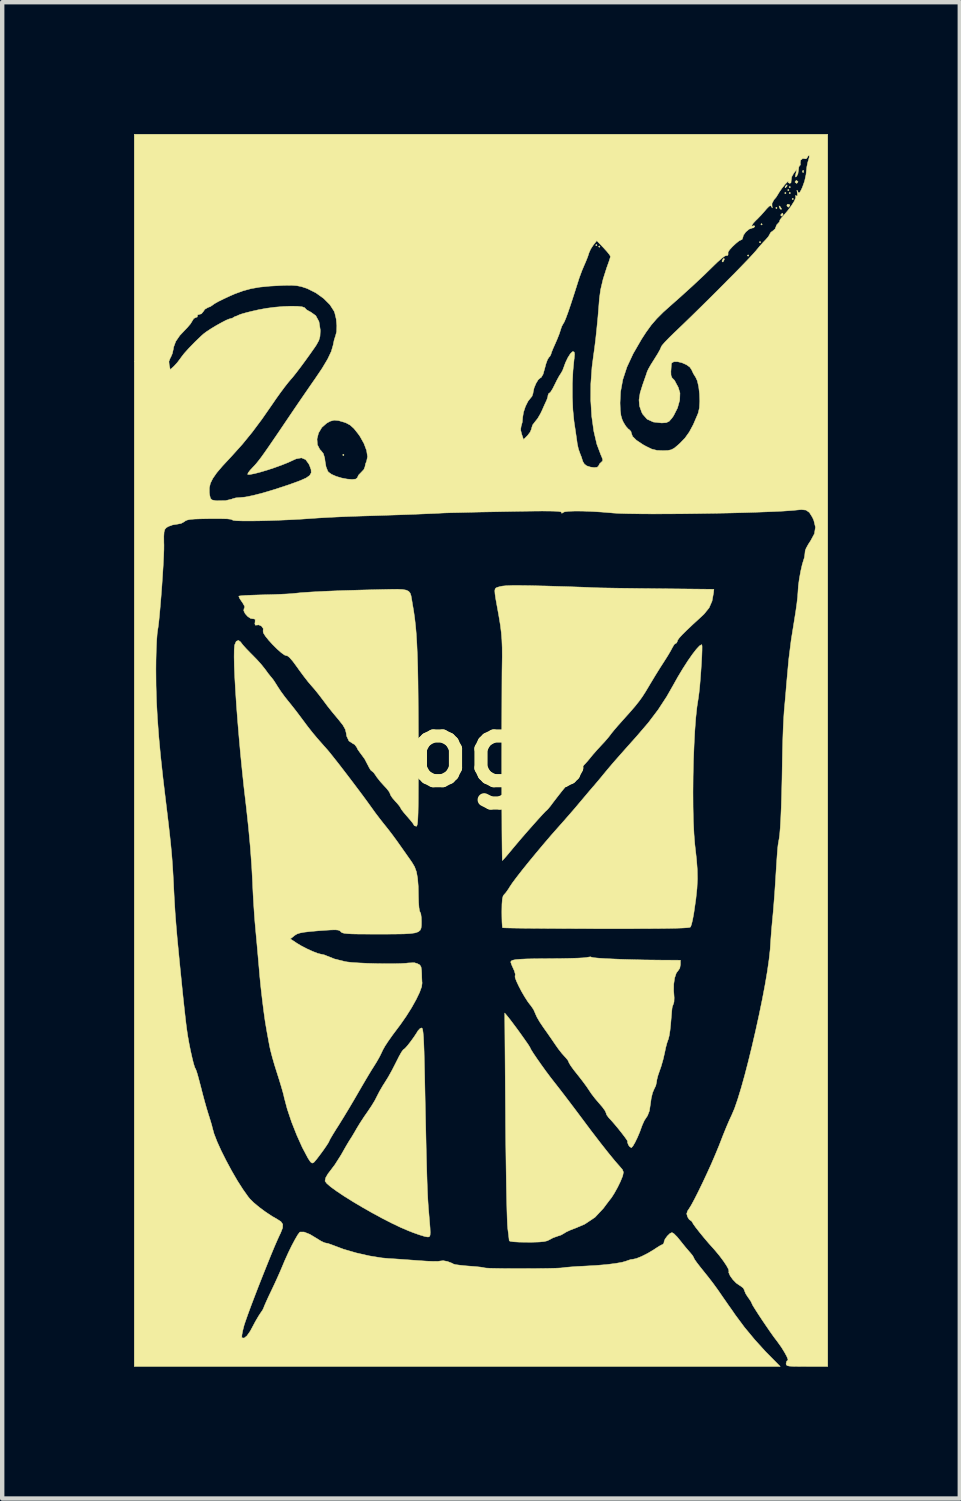
<source format=kicad_pcb>
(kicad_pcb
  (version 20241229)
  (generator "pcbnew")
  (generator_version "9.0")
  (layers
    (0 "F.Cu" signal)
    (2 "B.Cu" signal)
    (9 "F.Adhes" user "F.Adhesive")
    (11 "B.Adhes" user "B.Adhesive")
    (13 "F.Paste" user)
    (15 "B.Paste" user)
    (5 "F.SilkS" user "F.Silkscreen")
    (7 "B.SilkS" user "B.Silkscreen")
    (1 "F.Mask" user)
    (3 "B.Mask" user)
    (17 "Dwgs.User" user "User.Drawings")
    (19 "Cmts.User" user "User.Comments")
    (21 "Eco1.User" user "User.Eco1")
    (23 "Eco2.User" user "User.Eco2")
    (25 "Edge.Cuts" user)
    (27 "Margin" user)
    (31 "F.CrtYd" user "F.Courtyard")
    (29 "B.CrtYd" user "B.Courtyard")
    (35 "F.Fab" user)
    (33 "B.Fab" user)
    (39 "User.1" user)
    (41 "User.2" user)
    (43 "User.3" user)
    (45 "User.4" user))
  (footprint "logo"
    (layer "F.Cu")
    (at 7.896 14.026)
    (property "Reference" "logo" (at 0 0 0) (layer "F.SilkS") (effects (font (size 1.524 1.524) (thickness 0.3))))
    (attr through_hole)
    (fp_poly (pts (xy -3.116 -6.723) (xy -3.133 -6.706) (xy -3.15 -6.723) (xy -3.133 -6.739) (xy -3.116 -6.723)) (stroke (width 0.01) (type solid)) (fill yes) (layer "F.SilkS"))
    (fp_poly (pts (xy 2.642 -11.498) (xy 2.625 -11.481) (xy 2.608 -11.498) (xy 2.625 -11.515) (xy 2.642 -11.498)) (stroke (width 0.01) (type solid)) (fill yes) (layer "F.SilkS"))
    (fp_poly (pts (xy 2.709 -11.464) (xy 2.692 -11.447) (xy 2.675 -11.464) (xy 2.692 -11.481) (xy 2.709 -11.464)) (stroke (width 0.01) (type solid)) (fill yes) (layer "F.SilkS"))
    (fp_poly (pts (xy 6.096 -11.261) (xy 6.079 -11.244) (xy 6.062 -11.261) (xy 6.079 -11.278) (xy 6.096 -11.261)) (stroke (width 0.01) (type solid)) (fill yes) (layer "F.SilkS"))
    (fp_poly (pts (xy 6.367 -11.565) (xy 6.35 -11.549) (xy 6.333 -11.565) (xy 6.35 -11.582) (xy 6.367 -11.565)) (stroke (width 0.01) (type solid)) (fill yes) (layer "F.SilkS"))
    (fp_poly (pts (xy 6.401 -11.972) (xy 6.384 -11.955) (xy 6.367 -11.972) (xy 6.384 -11.989) (xy 6.401 -11.972)) (stroke (width 0.01) (type solid)) (fill yes) (layer "F.SilkS"))
    (fp_poly (pts (xy 6.739 -12.344) (xy 6.723 -12.327) (xy 6.706 -12.344) (xy 6.723 -12.361) (xy 6.739 -12.344)) (stroke (width 0.01) (type solid)) (fill yes) (layer "F.SilkS"))
    (fp_poly (pts (xy 6.943 -12.683) (xy 6.926 -12.666) (xy 6.909 -12.683) (xy 6.926 -12.7) (xy 6.943 -12.683)) (stroke (width 0.01) (type solid)) (fill yes) (layer "F.SilkS"))
    (fp_poly (pts (xy 7.01 -12.751) (xy 6.993 -12.734) (xy 6.977 -12.751) (xy 6.993 -12.768) (xy 7.01 -12.751)) (stroke (width 0.01) (type solid)) (fill yes) (layer "F.SilkS"))
    (fp_poly (pts (xy 7.044 -12.819) (xy 7.027 -12.802) (xy 7.01 -12.819) (xy 7.027 -12.835) (xy 7.044 -12.819)) (stroke (width 0.01) (type solid)) (fill yes) (layer "F.SilkS"))
    (fp_poly (pts (xy 7.044 -12.683) (xy 7.027 -12.666) (xy 7.01 -12.683) (xy 7.027 -12.7) (xy 7.044 -12.683)) (stroke (width 0.01) (type solid)) (fill yes) (layer "F.SilkS"))
    (fp_poly (pts (xy 7.112 -12.548) (xy 7.095 -12.531) (xy 7.078 -12.548) (xy 7.095 -12.565) (xy 7.112 -12.548)) (stroke (width 0.01) (type solid)) (fill yes) (layer "F.SilkS"))
    (fp_poly (pts (xy 7.338 -13.197) (xy 7.342 -13.157) (xy 7.338 -13.152) (xy 7.318 -13.156) (xy 7.315 -13.174) (xy 7.328 -13.202) (xy 7.338 -13.197)) (stroke (width 0.01) (type solid)) (fill yes) (layer "F.SilkS"))
    (fp_poly (pts (xy 5.539 -11.187) (xy 5.533 -11.161) (xy 5.506 -11.113) (xy 5.488 -11.121) (xy 5.486 -11.14) (xy 5.511 -11.186) (xy 5.52 -11.193) (xy 5.539 -11.187)) (stroke (width 0.01) (type solid)) (fill yes) (layer "F.SilkS"))
    (fp_poly (pts (xy 6.807 -12.375) (xy 6.811 -12.37) (xy 6.838 -12.326) (xy 6.835 -12.31) (xy 6.809 -12.32) (xy 6.792 -12.351) (xy 6.782 -12.391) (xy 6.807 -12.375)) (stroke (width 0.01) (type solid)) (fill yes) (layer "F.SilkS"))
    (fp_poly (pts (xy 6.875 -12.2) (xy 6.875 -12.192) (xy 6.849 -12.159) (xy 6.839 -12.158) (xy 6.819 -12.179) (xy 6.824 -12.192) (xy 6.855 -12.224) (xy 6.86 -12.226) (xy 6.875 -12.2)) (stroke (width 0.01) (type solid)) (fill yes) (layer "F.SilkS"))
    (fp_poly (pts (xy 6.966 -12.847) (xy 6.96 -12.835) (xy 6.928 -12.803) (xy 6.922 -12.802) (xy 6.919 -12.823) (xy 6.926 -12.835) (xy 6.958 -12.868) (xy 6.964 -12.869) (xy 6.966 -12.847)) (stroke (width 0.01) (type solid)) (fill yes) (layer "F.SilkS"))
    (fp_poly (pts (xy 7.03 -12.413) (xy 7.027 -12.395) (xy 6.998 -12.363) (xy 6.993 -12.361) (xy 6.967 -12.385) (xy 6.96 -12.395) (xy 6.968 -12.424) (xy 6.993 -12.429) (xy 7.03 -12.413)) (stroke (width 0.01) (type solid)) (fill yes) (layer "F.SilkS"))
    (fp_poly (pts (xy 7.213 -12.945) (xy 7.214 -12.937) (xy 7.188 -12.904) (xy 7.18 -12.903) (xy 7.147 -12.929) (xy 7.146 -12.937) (xy 7.172 -12.97) (xy 7.18 -12.971) (xy 7.213 -12.945)) (stroke (width 0.01) (type solid)) (fill yes) (layer "F.SilkS"))
    (fp_poly (pts (xy 0.611 6.062) (xy 0.671 6.138) (xy 0.75 6.243) (xy 0.839 6.363) (xy 0.929 6.488) (xy 1.01 6.603) (xy 1.075 6.696) (xy 1.112 6.755) (xy 1.118 6.768) (xy 1.138 6.809) (xy 1.191 6.894) (xy 1.269 7.009) (xy 1.365 7.146) (xy 1.469 7.291) (xy 1.576 7.434) (xy 1.676 7.563) (xy 1.685 7.574) (xy 1.777 7.692) (xy 1.898 7.849) (xy 2.035 8.029) (xy 2.177 8.217) (xy 2.275 8.348) (xy 2.509 8.661) (xy 2.718 8.933) (xy 2.898 9.161) (xy 3.045 9.341) (xy 3.157 9.469) (xy 3.159 9.471) (xy 3.22 9.543) (xy 3.241 9.599) (xy 3.228 9.67) (xy 3.218 9.701) (xy 3.173 9.811) (xy 3.108 9.945) (xy 3.035 10.076) (xy 2.971 10.177) (xy 2.958 10.194) (xy 2.916 10.247) (xy 2.85 10.334) (xy 2.784 10.423) (xy 2.594 10.626) (xy 2.357 10.784) (xy 2.149 10.872) (xy 2.034 10.916) (xy 1.941 10.959) (xy 1.899 10.985) (xy 1.827 11.027) (xy 1.744 11.055) (xy 1.638 11.093) (xy 1.558 11.136) (xy 1.506 11.161) (xy 1.433 11.178) (xy 1.324 11.188) (xy 1.167 11.193) (xy 1.058 11.193) (xy 0.875 11.191) (xy 0.74 11.183) (xy 0.661 11.171) (xy 0.642 11.159) (xy 0.637 11.111) (xy 0.626 11.015) (xy 0.61 10.891) (xy 0.608 10.871) (xy 0.602 10.794) (xy 0.596 10.656) (xy 0.59 10.462) (xy 0.584 10.22) (xy 0.578 9.935) (xy 0.573 9.614) (xy 0.568 9.263) (xy 0.563 8.889) (xy 0.559 8.497) (xy 0.558 8.297) (xy 0.54 5.977) (xy 0.611 6.062)) (stroke (width 0.01) (type solid)) (fill yes) (layer "F.SilkS"))
    (fp_poly (pts (xy -1.338 6.326) (xy -1.327 6.36) (xy -1.318 6.425) (xy -1.309 6.525) (xy -1.302 6.667) (xy -1.295 6.857) (xy -1.289 7.101) (xy -1.282 7.405) (xy -1.28 7.518) (xy -1.27 8.005) (xy -1.261 8.43) (xy -1.253 8.798) (xy -1.246 9.114) (xy -1.239 9.384) (xy -1.233 9.614) (xy -1.227 9.808) (xy -1.221 9.972) (xy -1.215 10.111) (xy -1.209 10.232) (xy -1.202 10.339) (xy -1.195 10.437) (xy -1.188 10.516) (xy -1.171 10.721) (xy -1.159 10.869) (xy -1.155 10.969) (xy -1.158 11.029) (xy -1.17 11.06) (xy -1.191 11.072) (xy -1.221 11.073) (xy -1.228 11.072) (xy -1.29 11.059) (xy -1.398 11.026) (xy -1.535 10.978) (xy -1.64 10.937) (xy -1.823 10.859) (xy -2.028 10.761) (xy -2.249 10.648) (xy -2.476 10.525) (xy -2.701 10.397) (xy -2.916 10.269) (xy -3.113 10.146) (xy -3.282 10.033) (xy -3.417 9.935) (xy -3.509 9.856) (xy -3.549 9.802) (xy -3.549 9.798) (xy -3.534 9.725) (xy -3.481 9.634) (xy -3.464 9.613) (xy -3.325 9.429) (xy -3.181 9.202) (xy -3.119 9.092) (xy -3.059 8.987) (xy -3.001 8.89) (xy -2.988 8.87) (xy -2.938 8.792) (xy -2.873 8.683) (xy -2.828 8.604) (xy -2.753 8.481) (xy -2.659 8.337) (xy -2.577 8.219) (xy -2.493 8.094) (xy -2.416 7.968) (xy -2.366 7.87) (xy -2.31 7.761) (xy -2.235 7.632) (xy -2.182 7.549) (xy -2.109 7.431) (xy -2.025 7.28) (xy -1.945 7.124) (xy -1.927 7.088) (xy -1.865 6.965) (xy -1.811 6.869) (xy -1.772 6.815) (xy -1.761 6.807) (xy -1.728 6.781) (xy -1.669 6.715) (xy -1.597 6.622) (xy -1.522 6.518) (xy -1.457 6.419) (xy -1.436 6.383) (xy -1.387 6.33) (xy -1.351 6.316) (xy -1.338 6.326)) (stroke (width 0.01) (type solid)) (fill yes) (layer "F.SilkS"))
    (fp_poly (pts (xy 5.026 -2.402) (xy 5.031 -2.362) (xy 5.03 -2.269) (xy 5.025 -2.134) (xy 5.016 -1.972) (xy 5.004 -1.795) (xy 4.991 -1.617) (xy 4.977 -1.451) (xy 4.962 -1.31) (xy 4.948 -1.207) (xy 4.945 -1.185) (xy 4.915 -0.992) (xy 4.888 -0.742) (xy 4.866 -0.448) (xy 4.849 -0.12) (xy 4.835 0.229) (xy 4.827 0.589) (xy 4.824 0.947) (xy 4.826 1.293) (xy 4.833 1.615) (xy 4.847 1.901) (xy 4.866 2.14) (xy 4.873 2.201) (xy 4.904 2.475) (xy 4.922 2.71) (xy 4.926 2.926) (xy 4.915 3.142) (xy 4.89 3.38) (xy 4.85 3.659) (xy 4.84 3.725) (xy 4.816 3.853) (xy 4.791 3.957) (xy 4.77 4.016) (xy 4.767 4.02) (xy 4.744 4.029) (xy 4.687 4.036) (xy 4.593 4.042) (xy 4.457 4.047) (xy 4.275 4.051) (xy 4.044 4.054) (xy 3.761 4.056) (xy 3.42 4.057) (xy 3.019 4.057) (xy 2.622 4.057) (xy 2.25 4.056) (xy 1.898 4.054) (xy 1.573 4.053) (xy 1.279 4.05) (xy 1.023 4.048) (xy 0.811 4.045) (xy 0.648 4.042) (xy 0.54 4.039) (xy 0.493 4.036) (xy 0.491 4.036) (xy 0.484 3.997) (xy 0.478 3.905) (xy 0.475 3.776) (xy 0.474 3.673) (xy 0.477 3.501) (xy 0.486 3.386) (xy 0.502 3.317) (xy 0.523 3.286) (xy 0.57 3.233) (xy 0.63 3.147) (xy 0.656 3.104) (xy 0.715 3.016) (xy 0.812 2.886) (xy 0.939 2.723) (xy 1.088 2.538) (xy 1.252 2.339) (xy 1.423 2.135) (xy 1.593 1.936) (xy 1.744 1.765) (xy 1.879 1.613) (xy 2.017 1.455) (xy 2.143 1.31) (xy 2.235 1.2) (xy 2.343 1.072) (xy 2.455 0.939) (xy 2.549 0.829) (xy 2.559 0.819) (xy 2.652 0.709) (xy 2.744 0.599) (xy 2.79 0.542) (xy 2.882 0.431) (xy 3 0.292) (xy 3.151 0.12) (xy 3.338 -0.091) (xy 3.54 -0.317) (xy 3.807 -0.628) (xy 4.031 -0.924) (xy 4.227 -1.224) (xy 4.369 -1.473) (xy 4.481 -1.673) (xy 4.596 -1.864) (xy 4.708 -2.038) (xy 4.812 -2.187) (xy 4.902 -2.303) (xy 4.972 -2.378) (xy 5.017 -2.405) (xy 5.026 -2.402)) (stroke (width 0.01) (type solid)) (fill yes) (layer "F.SilkS"))
    (fp_poly (pts (xy 1.115 -3.749) (xy 1.406 -3.742) (xy 1.468 -3.741) (xy 1.718 -3.733) (xy 1.953 -3.726) (xy 2.161 -3.719) (xy 2.333 -3.713) (xy 2.458 -3.708) (xy 2.523 -3.704) (xy 2.587 -3.702) (xy 2.71 -3.698) (xy 2.884 -3.695) (xy 3.101 -3.691) (xy 3.353 -3.688) (xy 3.631 -3.684) (xy 3.927 -3.681) (xy 3.979 -3.68) (xy 5.3 -3.666) (xy 5.292 -3.586) (xy 5.258 -3.397) (xy 5.191 -3.244) (xy 5.077 -3.103) (xy 5.017 -3.046) (xy 4.825 -2.87) (xy 4.68 -2.733) (xy 4.577 -2.631) (xy 4.511 -2.558) (xy 4.477 -2.51) (xy 4.47 -2.487) (xy 4.45 -2.443) (xy 4.435 -2.438) (xy 4.397 -2.411) (xy 4.358 -2.345) (xy 4.32 -2.273) (xy 4.257 -2.165) (xy 4.18 -2.043) (xy 4.162 -2.015) (xy 4.072 -1.875) (xy 3.967 -1.706) (xy 3.864 -1.535) (xy 3.827 -1.473) (xy 3.747 -1.339) (xy 3.674 -1.225) (xy 3.598 -1.119) (xy 3.508 -1.006) (xy 3.395 -0.875) (xy 3.248 -0.711) (xy 3.208 -0.666) (xy 3.108 -0.554) (xy 3.022 -0.453) (xy 2.961 -0.378) (xy 2.947 -0.358) (xy 2.897 -0.294) (xy 2.818 -0.202) (xy 2.737 -0.115) (xy 2.642 -0.012) (xy 2.553 0.089) (xy 2.501 0.152) (xy 2.428 0.241) (xy 2.358 0.318) (xy 2.354 0.322) (xy 2.289 0.392) (xy 2.194 0.502) (xy 2.079 0.637) (xy 1.956 0.786) (xy 1.837 0.932) (xy 1.733 1.065) (xy 1.654 1.168) (xy 1.649 1.174) (xy 1.58 1.267) (xy 1.524 1.334) (xy 1.498 1.361) (xy 1.465 1.39) (xy 1.397 1.462) (xy 1.302 1.566) (xy 1.188 1.694) (xy 1.063 1.835) (xy 0.937 1.98) (xy 0.818 2.12) (xy 0.713 2.245) (xy 0.698 2.263) (xy 0.61 2.369) (xy 0.539 2.451) (xy 0.495 2.499) (xy 0.486 2.506) (xy 0.484 2.473) (xy 0.482 2.379) (xy 0.48 2.228) (xy 0.478 2.028) (xy 0.476 1.783) (xy 0.475 1.501) (xy 0.473 1.186) (xy 0.473 0.846) (xy 0.472 0.533) (xy 0.472 0.159) (xy 0.473 -0.207) (xy 0.473 -0.558) (xy 0.474 -0.884) (xy 0.475 -1.179) (xy 0.476 -1.434) (xy 0.477 -1.642) (xy 0.478 -1.796) (xy 0.479 -1.863) (xy 0.483 -2.125) (xy 0.482 -2.338) (xy 0.475 -2.516) (xy 0.462 -2.679) (xy 0.442 -2.842) (xy 0.412 -3.023) (xy 0.402 -3.082) (xy 0.363 -3.296) (xy 0.335 -3.452) (xy 0.319 -3.561) (xy 0.314 -3.632) (xy 0.322 -3.674) (xy 0.342 -3.697) (xy 0.375 -3.711) (xy 0.42 -3.724) (xy 0.423 -3.725) (xy 0.483 -3.738) (xy 0.575 -3.747) (xy 0.707 -3.752) (xy 0.885 -3.752) (xy 1.115 -3.749)) (stroke (width 0.01) (type solid)) (fill yes) (layer "F.SilkS"))
    (fp_poly (pts (xy 2.523 4.709) (xy 2.567 4.718) (xy 2.669 4.728) (xy 2.82 4.738) (xy 3.011 4.747) (xy 3.231 4.756) (xy 3.472 4.763) (xy 3.724 4.769) (xy 3.978 4.772) (xy 4.157 4.774) (xy 4.538 4.775) (xy 4.538 4.875) (xy 4.524 4.956) (xy 4.494 5.002) (xy 4.445 5.066) (xy 4.407 5.178) (xy 4.386 5.32) (xy 4.384 5.473) (xy 4.388 5.518) (xy 4.396 5.633) (xy 4.392 5.724) (xy 4.381 5.763) (xy 4.354 5.835) (xy 4.347 5.876) (xy 4.341 5.94) (xy 4.332 6.051) (xy 4.32 6.188) (xy 4.317 6.231) (xy 4.302 6.372) (xy 4.283 6.493) (xy 4.263 6.574) (xy 4.257 6.587) (xy 4.233 6.655) (xy 4.204 6.764) (xy 4.181 6.875) (xy 4.146 7.028) (xy 4.1 7.189) (xy 4.068 7.281) (xy 4.028 7.396) (xy 4.002 7.497) (xy 3.996 7.545) (xy 3.978 7.629) (xy 3.938 7.712) (xy 3.904 7.793) (xy 3.874 7.916) (xy 3.858 8.033) (xy 3.832 8.204) (xy 3.789 8.315) (xy 3.771 8.341) (xy 3.717 8.423) (xy 3.669 8.53) (xy 3.661 8.551) (xy 3.614 8.681) (xy 3.559 8.811) (xy 3.504 8.924) (xy 3.456 9.006) (xy 3.423 9.042) (xy 3.421 9.042) (xy 3.381 9.016) (xy 3.355 8.979) (xy 3.334 8.922) (xy 3.337 8.901) (xy 3.323 8.87) (xy 3.275 8.802) (xy 3.204 8.709) (xy 3.12 8.603) (xy 3.032 8.498) (xy 2.953 8.408) (xy 2.908 8.361) (xy 2.86 8.295) (xy 2.845 8.249) (xy 2.823 8.2) (xy 2.766 8.121) (xy 2.694 8.037) (xy 2.6 7.927) (xy 2.512 7.813) (xy 2.466 7.744) (xy 2.407 7.656) (xy 2.321 7.539) (xy 2.223 7.412) (xy 2.193 7.375) (xy 2.107 7.266) (xy 2.04 7.173) (xy 2.003 7.111) (xy 1.998 7.097) (xy 1.975 7.048) (xy 1.919 6.982) (xy 1.911 6.974) (xy 1.845 6.901) (xy 1.763 6.797) (xy 1.699 6.706) (xy 1.613 6.58) (xy 1.511 6.433) (xy 1.416 6.299) (xy 1.337 6.181) (xy 1.274 6.073) (xy 1.238 5.994) (xy 1.235 5.985) (xy 1.196 5.897) (xy 1.132 5.804) (xy 1.122 5.794) (xy 1.064 5.717) (xy 0.996 5.611) (xy 0.925 5.49) (xy 0.861 5.367) (xy 0.809 5.257) (xy 0.778 5.175) (xy 0.774 5.134) (xy 0.776 5.133) (xy 0.781 5.094) (xy 0.759 5.018) (xy 0.742 4.98) (xy 0.702 4.891) (xy 0.679 4.827) (xy 0.677 4.815) (xy 0.687 4.793) (xy 0.721 4.776) (xy 0.786 4.762) (xy 0.889 4.753) (xy 1.037 4.746) (xy 1.236 4.742) (xy 1.494 4.74) (xy 1.592 4.739) (xy 1.816 4.737) (xy 2.02 4.733) (xy 2.193 4.728) (xy 2.325 4.721) (xy 2.405 4.713) (xy 2.421 4.709) (xy 2.49 4.698) (xy 2.523 4.709)) (stroke (width 0.01) (type solid)) (fill yes) (layer "F.SilkS"))
    (fp_poly (pts (xy -1.783 -3.661) (xy -1.7 -3.646) (xy -1.646 -3.619) (xy -1.612 -3.578) (xy -1.592 -3.52) (xy -1.578 -3.443) (xy -1.562 -3.344) (xy -1.56 -3.332) (xy -1.533 -3.176) (xy -1.51 -3.015) (xy -1.49 -2.84) (xy -1.473 -2.647) (xy -1.46 -2.429) (xy -1.449 -2.181) (xy -1.44 -1.895) (xy -1.434 -1.566) (xy -1.43 -1.188) (xy -1.427 -0.755) (xy -1.425 -0.26) (xy -1.425 -0.246) (xy -1.425 0.173) (xy -1.425 0.53) (xy -1.426 0.828) (xy -1.427 1.073) (xy -1.429 1.271) (xy -1.432 1.425) (xy -1.437 1.542) (xy -1.442 1.625) (xy -1.449 1.68) (xy -1.458 1.712) (xy -1.467 1.726) (xy -1.473 1.727) (xy -1.519 1.713) (xy -1.525 1.702) (xy -1.546 1.665) (xy -1.601 1.595) (xy -1.677 1.507) (xy -1.754 1.418) (xy -1.809 1.347) (xy -1.829 1.311) (xy -1.851 1.273) (xy -1.906 1.206) (xy -1.947 1.162) (xy -2.016 1.082) (xy -2.059 1.016) (xy -2.066 0.993) (xy -2.088 0.944) (xy -2.146 0.869) (xy -2.201 0.81) (xy -2.289 0.713) (xy -2.365 0.617) (xy -2.394 0.574) (xy -2.441 0.507) (xy -2.478 0.475) (xy -2.481 0.474) (xy -2.513 0.446) (xy -2.553 0.378) (xy -2.559 0.364) (xy -2.647 0.196) (xy -2.747 0.06) (xy -2.751 0.055) (xy -2.804 -0.02) (xy -2.829 -0.072) (xy -2.875 -0.133) (xy -2.911 -0.152) (xy -3.005 -0.213) (xy -3.057 -0.324) (xy -3.067 -0.392) (xy -3.088 -0.478) (xy -3.144 -0.577) (xy -3.244 -0.703) (xy -3.259 -0.721) (xy -3.372 -0.856) (xy -3.491 -1.005) (xy -3.588 -1.135) (xy -3.683 -1.26) (xy -3.784 -1.386) (xy -3.86 -1.473) (xy -3.936 -1.562) (xy -4.033 -1.687) (xy -4.136 -1.826) (xy -4.181 -1.89) (xy -4.281 -2.026) (xy -4.359 -2.116) (xy -4.411 -2.154) (xy -4.422 -2.154) (xy -4.468 -2.168) (xy -4.544 -2.222) (xy -4.637 -2.304) (xy -4.736 -2.402) (xy -4.83 -2.505) (xy -4.906 -2.599) (xy -4.952 -2.673) (xy -4.959 -2.713) (xy -4.955 -2.772) (xy -4.995 -2.828) (xy -5.057 -2.856) (xy -5.085 -2.853) (xy -5.136 -2.849) (xy -5.147 -2.885) (xy -5.141 -2.92) (xy -5.139 -2.981) (xy -5.17 -2.994) (xy -5.179 -2.993) (xy -5.243 -3.003) (xy -5.31 -3.048) (xy -5.367 -3.112) (xy -5.399 -3.178) (xy -5.393 -3.227) (xy -5.383 -3.235) (xy -5.378 -3.275) (xy -5.42 -3.351) (xy -5.437 -3.375) (xy -5.488 -3.45) (xy -5.511 -3.501) (xy -5.509 -3.511) (xy -5.471 -3.517) (xy -5.377 -3.525) (xy -5.239 -3.531) (xy -5.069 -3.537) (xy -4.955 -3.54) (xy -4.76 -3.545) (xy -4.578 -3.552) (xy -4.425 -3.559) (xy -4.316 -3.566) (xy -4.284 -3.569) (xy -4.097 -3.588) (xy -3.848 -3.605) (xy -3.538 -3.621) (xy -3.163 -3.636) (xy -2.722 -3.649) (xy -2.561 -3.653) (xy -2.285 -3.66) (xy -2.068 -3.665) (xy -1.903 -3.667) (xy -1.783 -3.661)) (stroke (width 0.01) (type solid)) (fill yes) (layer "F.SilkS"))
    (fp_poly (pts (xy -5.467 -2.464) (xy -5.457 -2.447) (xy -5.418 -2.397) (xy -5.344 -2.315) (xy -5.249 -2.217) (xy -5.216 -2.184) (xy -5.104 -2.07) (xy -4.998 -1.952) (xy -4.919 -1.853) (xy -4.909 -1.84) (xy -4.842 -1.748) (xy -4.784 -1.676) (xy -4.765 -1.654) (xy -4.722 -1.599) (xy -4.664 -1.51) (xy -4.631 -1.456) (xy -4.558 -1.345) (xy -4.464 -1.216) (xy -4.396 -1.131) (xy -4.308 -1.022) (xy -4.199 -0.883) (xy -4.09 -0.738) (xy -4.055 -0.691) (xy -3.946 -0.545) (xy -3.84 -0.41) (xy -3.721 -0.268) (xy -3.576 -0.103) (xy -3.492 -0.009) (xy -3.436 0.058) (xy -3.348 0.169) (xy -3.235 0.312) (xy -3.107 0.478) (xy -2.971 0.656) (xy -2.836 0.835) (xy -2.709 1.004) (xy -2.6 1.152) (xy -2.515 1.27) (xy -2.506 1.282) (xy -2.407 1.42) (xy -2.304 1.556) (xy -2.216 1.668) (xy -2.193 1.696) (xy -2.117 1.791) (xy -2.018 1.92) (xy -1.913 2.063) (xy -1.863 2.134) (xy -1.766 2.271) (xy -1.674 2.402) (xy -1.599 2.508) (xy -1.571 2.549) (xy -1.511 2.65) (xy -1.469 2.765) (xy -1.443 2.91) (xy -1.428 3.096) (xy -1.424 3.308) (xy -1.42 3.457) (xy -1.411 3.577) (xy -1.398 3.654) (xy -1.389 3.675) (xy -1.37 3.717) (xy -1.358 3.806) (xy -1.355 3.895) (xy -1.356 3.978) (xy -1.363 4.043) (xy -1.384 4.092) (xy -1.427 4.128) (xy -1.498 4.153) (xy -1.604 4.168) (xy -1.754 4.177) (xy -1.954 4.18) (xy -2.212 4.182) (xy -2.327 4.182) (xy -2.587 4.181) (xy -2.787 4.18) (xy -2.936 4.177) (xy -3.041 4.171) (xy -3.112 4.163) (xy -3.157 4.151) (xy -3.183 4.135) (xy -3.19 4.126) (xy -3.214 4.104) (xy -3.251 4.09) (xy -3.312 4.084) (xy -3.41 4.086) (xy -3.555 4.095) (xy -3.693 4.105) (xy -3.886 4.122) (xy -4.024 4.138) (xy -4.12 4.156) (xy -4.186 4.178) (xy -4.236 4.208) (xy -4.245 4.215) (xy -4.339 4.29) (xy -4.193 4.387) (xy -4.088 4.45) (xy -3.96 4.516) (xy -3.83 4.575) (xy -3.717 4.619) (xy -3.639 4.639) (xy -3.632 4.64) (xy -3.566 4.654) (xy -3.53 4.669) (xy -3.333 4.747) (xy -3.099 4.805) (xy -3.048 4.814) (xy -2.935 4.827) (xy -2.777 4.837) (xy -2.588 4.846) (xy -2.384 4.852) (xy -2.179 4.855) (xy -1.988 4.855) (xy -1.825 4.851) (xy -1.706 4.844) (xy -1.659 4.838) (xy -1.519 4.832) (xy -1.448 4.853) (xy -1.392 4.884) (xy -1.364 4.93) (xy -1.353 5.011) (xy -1.35 5.071) (xy -1.347 5.181) (xy -1.343 5.265) (xy -1.34 5.292) (xy -1.351 5.379) (xy -1.398 5.508) (xy -1.476 5.67) (xy -1.578 5.853) (xy -1.7 6.047) (xy -1.835 6.241) (xy -1.872 6.29) (xy -2.01 6.474) (xy -2.111 6.617) (xy -2.184 6.728) (xy -2.234 6.817) (xy -2.261 6.875) (xy -2.308 6.971) (xy -2.376 7.091) (xy -2.421 7.163) (xy -2.486 7.266) (xy -2.571 7.406) (xy -2.663 7.562) (xy -2.717 7.654) (xy -2.874 7.925) (xy -3.009 8.154) (xy -3.131 8.355) (xy -3.25 8.547) (xy -3.3 8.625) (xy -3.37 8.738) (xy -3.424 8.829) (xy -3.452 8.882) (xy -3.454 8.89) (xy -3.473 8.928) (xy -3.522 9.004) (xy -3.59 9.102) (xy -3.665 9.204) (xy -3.735 9.296) (xy -3.789 9.361) (xy -3.807 9.379) (xy -3.843 9.393) (xy -3.881 9.365) (xy -3.934 9.285) (xy -3.941 9.273) (xy -4.068 9.033) (xy -4.194 8.752) (xy -4.311 8.455) (xy -4.409 8.163) (xy -4.479 7.9) (xy -4.488 7.857) (xy -4.508 7.779) (xy -4.544 7.654) (xy -4.591 7.499) (xy -4.644 7.332) (xy -4.7 7.154) (xy -4.751 6.977) (xy -4.791 6.823) (xy -4.813 6.723) (xy -4.84 6.576) (xy -4.868 6.424) (xy -4.881 6.35) (xy -4.911 6.173) (xy -4.943 5.945) (xy -4.976 5.683) (xy -5.008 5.405) (xy -5.036 5.127) (xy -5.047 4.995) (xy -5.063 4.816) (xy -5.075 4.676) (xy -5.086 4.556) (xy -5.096 4.44) (xy -5.108 4.31) (xy -5.123 4.148) (xy -5.142 3.936) (xy -5.143 3.929) (xy -5.157 3.745) (xy -5.172 3.521) (xy -5.186 3.281) (xy -5.197 3.052) (xy -5.198 3.014) (xy -5.218 2.635) (xy -5.249 2.209) (xy -5.291 1.756) (xy -5.341 1.296) (xy -5.352 1.202) (xy -5.395 0.836) (xy -5.435 0.458) (xy -5.473 0.076) (xy -5.507 -0.304) (xy -5.538 -0.674) (xy -5.565 -1.027) (xy -5.586 -1.356) (xy -5.603 -1.654) (xy -5.614 -1.914) (xy -5.618 -2.129) (xy -5.616 -2.292) (xy -5.607 -2.395) (xy -5.605 -2.402) (xy -5.57 -2.482) (xy -5.519 -2.503) (xy -5.467 -2.464)) (stroke (width 0.01) (type solid)) (fill yes) (layer "F.SilkS"))
    (fp_poly (pts (xy 7.891 14.021) (xy 7.417 14.021) (xy 7.229 14.02) (xy 7.099 14.018) (xy 7.015 14.012) (xy 6.969 14.001) (xy 6.948 13.983) (xy 6.943 13.958) (xy 6.943 13.953) (xy 6.958 13.898) (xy 6.98 13.885) (xy 6.986 13.86) (xy 6.959 13.793) (xy 6.907 13.697) (xy 6.838 13.585) (xy 6.757 13.471) (xy 6.725 13.428) (xy 6.659 13.341) (xy 6.577 13.225) (xy 6.485 13.091) (xy 6.391 12.952) (xy 6.304 12.82) (xy 6.232 12.707) (xy 6.182 12.626) (xy 6.164 12.587) (xy 6.164 12.587) (xy 6.145 12.545) (xy 6.098 12.474) (xy 6.079 12.449) (xy 6.025 12.366) (xy 5.996 12.296) (xy 5.994 12.284) (xy 5.967 12.234) (xy 5.898 12.182) (xy 5.884 12.175) (xy 5.807 12.121) (xy 5.731 12.042) (xy 5.67 11.957) (xy 5.638 11.885) (xy 5.641 11.85) (xy 5.632 11.807) (xy 5.588 11.726) (xy 5.517 11.62) (xy 5.428 11.501) (xy 5.331 11.384) (xy 5.297 11.345) (xy 5.183 11.218) (xy 5.071 11.086) (xy 4.969 10.961) (xy 4.885 10.854) (xy 4.829 10.775) (xy 4.809 10.737) (xy 4.783 10.703) (xy 4.774 10.702) (xy 4.737 10.674) (xy 4.701 10.616) (xy 4.681 10.545) (xy 4.702 10.48) (xy 4.73 10.439) (xy 4.784 10.352) (xy 4.858 10.215) (xy 4.947 10.039) (xy 5.045 9.837) (xy 5.146 9.621) (xy 5.245 9.403) (xy 5.335 9.194) (xy 5.412 9.007) (xy 5.438 8.941) (xy 5.509 8.758) (xy 5.583 8.576) (xy 5.652 8.415) (xy 5.707 8.297) (xy 5.77 8.149) (xy 5.841 7.943) (xy 5.919 7.688) (xy 6.001 7.395) (xy 6.085 7.071) (xy 6.169 6.728) (xy 6.251 6.373) (xy 6.329 6.017) (xy 6.401 5.668) (xy 6.464 5.336) (xy 6.516 5.03) (xy 6.555 4.76) (xy 6.58 4.534) (xy 6.584 4.47) (xy 6.597 4.277) (xy 6.613 4.066) (xy 6.631 3.873) (xy 6.637 3.81) (xy 6.65 3.671) (xy 6.665 3.484) (xy 6.682 3.267) (xy 6.697 3.04) (xy 6.706 2.896) (xy 6.721 2.655) (xy 6.733 2.471) (xy 6.743 2.333) (xy 6.751 2.231) (xy 6.76 2.153) (xy 6.77 2.09) (xy 6.781 2.029) (xy 6.784 2.015) (xy 6.797 1.919) (xy 6.81 1.762) (xy 6.822 1.55) (xy 6.833 1.291) (xy 6.842 0.992) (xy 6.85 0.658) (xy 6.856 0.297) (xy 6.857 0.237) (xy 6.862 -0.017) (xy 6.869 -0.275) (xy 6.878 -0.521) (xy 6.889 -0.737) (xy 6.9 -0.907) (xy 6.904 -0.948) (xy 6.921 -1.137) (xy 6.938 -1.331) (xy 6.952 -1.504) (xy 6.96 -1.592) (xy 7.003 -2.068) (xy 7.059 -2.514) (xy 7.131 -2.962) (xy 7.161 -3.151) (xy 7.187 -3.333) (xy 7.205 -3.49) (xy 7.213 -3.603) (xy 7.214 -3.618) (xy 7.222 -3.742) (xy 7.244 -3.904) (xy 7.275 -4.075) (xy 7.31 -4.229) (xy 7.342 -4.335) (xy 7.358 -4.384) (xy 7.368 -4.448) (xy 7.378 -4.543) (xy 7.399 -4.599) (xy 7.448 -4.688) (xy 7.503 -4.773) (xy 7.588 -4.931) (xy 7.611 -5.08) (xy 7.573 -5.236) (xy 7.541 -5.306) (xy 7.473 -5.414) (xy 7.396 -5.468) (xy 7.29 -5.479) (xy 7.223 -5.473) (xy 7.079 -5.459) (xy 6.876 -5.445) (xy 6.624 -5.433) (xy 6.331 -5.422) (xy 6.007 -5.411) (xy 5.661 -5.402) (xy 5.3 -5.395) (xy 4.935 -5.389) (xy 4.574 -5.384) (xy 4.226 -5.382) (xy 3.9 -5.381) (xy 3.605 -5.383) (xy 3.35 -5.387) (xy 3.143 -5.393) (xy 2.994 -5.402) (xy 2.98 -5.404) (xy 2.749 -5.423) (xy 2.524 -5.437) (xy 2.317 -5.445) (xy 2.137 -5.446) (xy 1.997 -5.441) (xy 1.906 -5.43) (xy 1.88 -5.419) (xy 1.839 -5.394) (xy 1.829 -5.418) (xy 1.815 -5.429) (xy 1.769 -5.437) (xy 1.686 -5.443) (xy 1.562 -5.446) (xy 1.389 -5.447) (xy 1.165 -5.445) (xy 0.883 -5.441) (xy 0.567 -5.435) (xy 0.273 -5.429) (xy -0.007 -5.424) (xy -0.264 -5.418) (xy -0.489 -5.412) (xy -0.673 -5.408) (xy -0.807 -5.404) (xy -0.881 -5.401) (xy -1.046 -5.392) (xy -1.268 -5.383) (xy -1.533 -5.372) (xy -1.829 -5.361) (xy -2.144 -5.351) (xy -2.466 -5.34) (xy -2.709 -5.333) (xy -2.955 -5.325) (xy -3.217 -5.314) (xy -3.471 -5.302) (xy -3.696 -5.289) (xy -3.827 -5.28) (xy -4.072 -5.263) (xy -4.327 -5.249) (xy -4.583 -5.238) (xy -4.831 -5.229) (xy -5.062 -5.223) (xy -5.268 -5.221) (xy -5.438 -5.222) (xy -5.565 -5.226) (xy -5.64 -5.235) (xy -5.656 -5.243) (xy -5.685 -5.258) (xy -5.773 -5.269) (xy -5.924 -5.273) (xy -6.139 -5.273) (xy -6.172 -5.273) (xy -6.375 -5.269) (xy -6.522 -5.264) (xy -6.622 -5.255) (xy -6.688 -5.241) (xy -6.729 -5.222) (xy -6.748 -5.207) (xy -6.825 -5.164) (xy -6.91 -5.148) (xy -7.017 -5.131) (xy -7.114 -5.096) (xy -7.163 -5.066) (xy -7.195 -5.028) (xy -7.212 -4.968) (xy -7.218 -4.872) (xy -7.217 -4.727) (xy -7.215 -4.674) (xy -7.216 -4.568) (xy -7.222 -4.409) (xy -7.232 -4.212) (xy -7.246 -3.987) (xy -7.262 -3.749) (xy -7.28 -3.509) (xy -7.299 -3.281) (xy -7.317 -3.077) (xy -7.334 -2.91) (xy -7.349 -2.792) (xy -7.355 -2.76) (xy -7.369 -2.656) (xy -7.381 -2.496) (xy -7.39 -2.294) (xy -7.396 -2.062) (xy -7.398 -1.846) (xy -7.395 -1.476) (xy -7.384 -1.105) (xy -7.363 -0.722) (xy -7.333 -0.315) (xy -7.292 0.126) (xy -7.239 0.614) (xy -7.191 1.016) (xy -7.149 1.364) (xy -7.114 1.656) (xy -7.086 1.902) (xy -7.063 2.114) (xy -7.045 2.303) (xy -7.03 2.479) (xy -7.018 2.654) (xy -7.007 2.838) (xy -6.996 3.043) (xy -6.994 3.099) (xy -6.983 3.313) (xy -6.972 3.506) (xy -6.961 3.689) (xy -6.947 3.873) (xy -6.931 4.07) (xy -6.912 4.29) (xy -6.887 4.545) (xy -6.858 4.846) (xy -6.824 5.182) (xy -6.79 5.52) (xy -6.76 5.799) (xy -6.735 6.026) (xy -6.714 6.209) (xy -6.695 6.355) (xy -6.678 6.471) (xy -6.673 6.502) (xy -6.643 6.671) (xy -6.609 6.84) (xy -6.574 6.995) (xy -6.543 7.122) (xy -6.517 7.206) (xy -6.507 7.229) (xy -6.492 7.256) (xy -6.474 7.304) (xy -6.45 7.381) (xy -6.418 7.499) (xy -6.374 7.666) (xy -6.334 7.823) (xy -6.29 7.987) (xy -6.242 8.156) (xy -6.199 8.297) (xy -6.193 8.314) (xy -6.156 8.433) (xy -6.126 8.534) (xy -6.114 8.585) (xy -6.076 8.723) (xy -6.006 8.904) (xy -5.911 9.114) (xy -5.797 9.341) (xy -5.672 9.573) (xy -5.543 9.795) (xy -5.415 9.995) (xy -5.297 10.161) (xy -5.261 10.205) (xy -5.175 10.291) (xy -5.049 10.396) (xy -4.903 10.504) (xy -4.757 10.601) (xy -4.642 10.667) (xy -4.554 10.723) (xy -4.512 10.784) (xy -4.515 10.867) (xy -4.561 10.985) (xy -4.585 11.033) (xy -4.632 11.136) (xy -4.699 11.29) (xy -4.78 11.485) (xy -4.87 11.708) (xy -4.966 11.948) (xy -5.063 12.194) (xy -5.155 12.433) (xy -5.239 12.654) (xy -5.309 12.845) (xy -5.362 12.996) (xy -5.39 13.08) (xy -5.422 13.205) (xy -5.441 13.304) (xy -5.443 13.361) (xy -5.441 13.367) (xy -5.391 13.375) (xy -5.327 13.324) (xy -5.251 13.216) (xy -5.199 13.119) (xy -5.133 12.995) (xy -5.065 12.879) (xy -5.021 12.811) (xy -4.971 12.738) (xy -4.946 12.688) (xy -4.945 12.683) (xy -4.931 12.645) (xy -4.893 12.559) (xy -4.838 12.437) (xy -4.772 12.299) (xy -4.696 12.138) (xy -4.625 11.982) (xy -4.567 11.851) (xy -4.536 11.778) (xy -4.464 11.607) (xy -4.386 11.434) (xy -4.307 11.272) (xy -4.233 11.133) (xy -4.172 11.028) (xy -4.128 10.969) (xy -4.117 10.961) (xy -4.026 10.961) (xy -3.895 11.013) (xy -3.735 11.109) (xy -3.642 11.167) (xy -3.566 11.203) (xy -3.539 11.21) (xy -3.476 11.223) (xy -3.389 11.254) (xy -3.379 11.258) (xy -3.128 11.352) (xy -2.839 11.436) (xy -2.539 11.504) (xy -2.255 11.55) (xy -2.1 11.564) (xy -1.945 11.573) (xy -1.75 11.587) (xy -1.543 11.602) (xy -1.391 11.613) (xy -1.226 11.624) (xy -1.083 11.629) (xy -0.977 11.628) (xy -0.923 11.62) (xy -0.922 11.62) (xy -0.859 11.613) (xy -0.764 11.631) (xy -0.666 11.668) (xy -0.625 11.69) (xy -0.577 11.703) (xy -0.479 11.716) (xy -0.347 11.73) (xy -0.27 11.736) (xy -0.128 11.747) (xy -0.012 11.759) (xy 0.062 11.771) (xy 0.079 11.776) (xy 0.121 11.781) (xy 0.219 11.786) (xy 0.363 11.789) (xy 0.542 11.792) (xy 0.743 11.793) (xy 0.957 11.793) (xy 1.171 11.792) (xy 1.375 11.791) (xy 1.557 11.788) (xy 1.707 11.784) (xy 1.814 11.779) (xy 1.863 11.774) (xy 1.929 11.765) (xy 2.046 11.755) (xy 2.198 11.744) (xy 2.362 11.736) (xy 2.625 11.721) (xy 2.861 11.701) (xy 3.06 11.676) (xy 3.213 11.649) (xy 3.31 11.621) (xy 3.319 11.616) (xy 3.407 11.587) (xy 3.452 11.582) (xy 3.535 11.564) (xy 3.655 11.516) (xy 3.794 11.446) (xy 3.933 11.363) (xy 3.976 11.334) (xy 4.059 11.281) (xy 4.121 11.248) (xy 4.136 11.244) (xy 4.161 11.216) (xy 4.166 11.182) (xy 4.188 11.123) (xy 4.24 11.052) (xy 4.301 10.993) (xy 4.346 10.973) (xy 4.392 11) (xy 4.467 11.076) (xy 4.563 11.194) (xy 4.576 11.211) (xy 4.658 11.312) (xy 4.742 11.41) (xy 4.754 11.423) (xy 4.812 11.493) (xy 4.842 11.544) (xy 4.843 11.551) (xy 4.863 11.589) (xy 4.918 11.666) (xy 4.998 11.769) (xy 5.055 11.84) (xy 5.168 11.981) (xy 5.285 12.133) (xy 5.384 12.269) (xy 5.409 12.305) (xy 5.492 12.426) (xy 5.572 12.54) (xy 5.629 12.623) (xy 5.702 12.725) (xy 5.779 12.837) (xy 5.791 12.854) (xy 5.993 13.126) (xy 6.229 13.411) (xy 6.474 13.681) (xy 6.533 13.741) (xy 6.81 14.021) (xy -7.891 14.021) (xy -7.891 -8.851) (xy -7.102 -8.851) (xy -7.095 -8.771) (xy -7.072 -8.664) (xy -6.986 -8.743) (xy -6.91 -8.826) (xy -6.834 -8.927) (xy -6.825 -8.941) (xy -6.755 -9.032) (xy -6.646 -9.153) (xy -6.512 -9.291) (xy -6.365 -9.432) (xy -6.316 -9.476) (xy -6.247 -9.528) (xy -6.145 -9.595) (xy -6.026 -9.667) (xy -5.906 -9.734) (xy -5.802 -9.788) (xy -5.731 -9.818) (xy -5.715 -9.821) (xy -5.654 -9.838) (xy -5.642 -9.847) (xy -5.598 -9.873) (xy -5.594 -9.873) (xy -5.549 -9.889) (xy -5.503 -9.911) (xy -5.444 -9.932) (xy -5.334 -9.963) (xy -5.192 -9.998) (xy -5.063 -10.027) (xy -4.883 -10.06) (xy -4.692 -10.085) (xy -4.503 -10.101) (xy -4.328 -10.108) (xy -4.179 -10.106) (xy -4.069 -10.094) (xy -4.01 -10.072) (xy -4.004 -10.063) (xy -3.966 -10.024) (xy -3.89 -9.981) (xy -3.877 -9.976) (xy -3.76 -9.892) (xy -3.687 -9.757) (xy -3.658 -9.571) (xy -3.658 -9.539) (xy -3.664 -9.423) (xy -3.69 -9.329) (xy -3.746 -9.227) (xy -3.782 -9.173) (xy -3.886 -9.025) (xy -3.998 -8.869) (xy -4.108 -8.72) (xy -4.207 -8.59) (xy -4.285 -8.492) (xy -4.329 -8.442) (xy -4.384 -8.377) (xy -4.466 -8.273) (xy -4.563 -8.143) (xy -4.663 -8.003) (xy -4.743 -7.886) (xy -4.984 -7.539) (xy -5.209 -7.238) (xy -5.431 -6.966) (xy -5.663 -6.708) (xy -5.709 -6.658) (xy -5.884 -6.47) (xy -6.014 -6.317) (xy -6.103 -6.189) (xy -6.158 -6.078) (xy -6.182 -5.975) (xy -6.182 -5.868) (xy -6.176 -5.818) (xy -6.158 -5.738) (xy -6.123 -5.7) (xy -6.05 -5.684) (xy -6.016 -5.681) (xy -5.82 -5.682) (xy -5.67 -5.718) (xy -5.653 -5.726) (xy -5.581 -5.746) (xy -5.501 -5.752) (xy -5.372 -5.764) (xy -5.189 -5.8) (xy -4.96 -5.859) (xy -4.693 -5.939) (xy -4.398 -6.036) (xy -4.301 -6.07) (xy -4.111 -6.14) (xy -3.979 -6.199) (xy -3.899 -6.255) (xy -3.864 -6.316) (xy -3.867 -6.39) (xy -3.902 -6.484) (xy -3.917 -6.516) (xy -3.99 -6.617) (xy -4.085 -6.657) (xy -4.206 -6.635) (xy -4.273 -6.605) (xy -4.388 -6.552) (xy -4.533 -6.494) (xy -4.696 -6.435) (xy -4.862 -6.38) (xy -5.02 -6.333) (xy -5.155 -6.298) (xy -5.256 -6.279) (xy -5.308 -6.279) (xy -5.31 -6.281) (xy -5.3 -6.314) (xy -5.252 -6.377) (xy -5.203 -6.43) (xy -5.156 -6.479) (xy -5.11 -6.531) (xy -5.061 -6.592) (xy -5.002 -6.669) (xy -4.931 -6.768) (xy -4.84 -6.898) (xy -4.727 -7.063) (xy -4.711 -7.086) (xy -3.732 -7.086) (xy -3.723 -6.955) (xy -3.667 -6.847) (xy -3.644 -6.824) (xy -3.588 -6.754) (xy -3.557 -6.651) (xy -3.548 -6.578) (xy -3.526 -6.452) (xy -3.488 -6.356) (xy -3.472 -6.333) (xy -3.4 -6.281) (xy -3.294 -6.235) (xy -3.171 -6.198) (xy -3.045 -6.174) (xy -2.933 -6.165) (xy -2.85 -6.174) (xy -2.812 -6.205) (xy -2.811 -6.212) (xy -2.786 -6.265) (xy -2.727 -6.326) (xy -2.726 -6.327) (xy -2.666 -6.391) (xy -2.642 -6.45) (xy -2.642 -6.45) (xy -2.626 -6.525) (xy -2.604 -6.578) (xy -2.582 -6.683) (xy -2.603 -6.823) (xy -2.663 -6.983) (xy -2.756 -7.149) (xy -2.797 -7.206) (xy -2.869 -7.297) (xy 0.901 -7.297) (xy 0.925 -7.198) (xy 0.968 -7.073) (xy 1.06 -7.165) (xy 1.12 -7.244) (xy 1.151 -7.32) (xy 1.151 -7.331) (xy 1.175 -7.406) (xy 1.231 -7.479) (xy 1.29 -7.553) (xy 1.353 -7.661) (xy 1.387 -7.731) (xy 1.435 -7.84) (xy 1.476 -7.93) (xy 1.494 -7.967) (xy 1.52 -8.043) (xy 1.524 -8.077) (xy 1.541 -8.122) (xy 1.555 -8.128) (xy 1.585 -8.156) (xy 1.631 -8.23) (xy 1.678 -8.323) (xy 1.733 -8.434) (xy 1.783 -8.525) (xy 1.812 -8.568) (xy 1.855 -8.641) (xy 1.879 -8.704) (xy 1.922 -8.822) (xy 1.976 -8.935) (xy 2.032 -9.024) (xy 2.08 -9.072) (xy 2.094 -9.076) (xy 2.121 -9.064) (xy 2.13 -9.017) (xy 2.122 -8.922) (xy 2.118 -8.898) (xy 2.093 -8.64) (xy 2.079 -8.346) (xy 2.079 -8.041) (xy 2.091 -7.749) (xy 2.116 -7.495) (xy 2.12 -7.465) (xy 2.145 -7.3) (xy 2.167 -7.149) (xy 2.184 -7.031) (xy 2.191 -6.977) (xy 2.217 -6.858) (xy 2.255 -6.751) (xy 2.287 -6.671) (xy 2.303 -6.618) (xy 2.303 -6.615) (xy 2.321 -6.567) (xy 2.352 -6.516) (xy 2.405 -6.475) (xy 2.487 -6.448) (xy 2.574 -6.436) (xy 2.644 -6.443) (xy 2.675 -6.471) (xy 2.675 -6.474) (xy 2.7 -6.523) (xy 2.732 -6.553) (xy 2.766 -6.585) (xy 2.769 -6.624) (xy 2.742 -6.694) (xy 2.728 -6.724) (xy 2.636 -6.969) (xy 2.567 -7.265) (xy 2.52 -7.601) (xy 2.501 -7.908) (xy 3.164 -7.908) (xy 3.17 -7.741) (xy 3.185 -7.62) (xy 3.213 -7.526) (xy 3.242 -7.463) (xy 3.297 -7.375) (xy 3.35 -7.315) (xy 3.368 -7.304) (xy 3.413 -7.257) (xy 3.421 -7.221) (xy 3.449 -7.144) (xy 3.536 -7.058) (xy 3.686 -6.958) (xy 3.756 -6.919) (xy 3.886 -6.856) (xy 4.004 -6.827) (xy 4.143 -6.821) (xy 4.252 -6.825) (xy 4.33 -6.841) (xy 4.399 -6.878) (xy 4.483 -6.948) (xy 4.53 -6.991) (xy 4.643 -7.108) (xy 4.74 -7.244) (xy 4.831 -7.413) (xy 4.925 -7.632) (xy 4.944 -7.679) (xy 4.97 -7.794) (xy 4.979 -7.946) (xy 4.973 -8.113) (xy 4.954 -8.275) (xy 4.923 -8.409) (xy 4.888 -8.486) (xy 4.833 -8.575) (xy 4.796 -8.655) (xy 4.795 -8.659) (xy 4.751 -8.723) (xy 4.672 -8.778) (xy 4.574 -8.821) (xy 4.475 -8.845) (xy 4.392 -8.845) (xy 4.341 -8.818) (xy 4.333 -8.793) (xy 4.329 -8.736) (xy 4.323 -8.645) (xy 4.321 -8.626) (xy 4.324 -8.536) (xy 4.346 -8.479) (xy 4.351 -8.474) (xy 4.401 -8.423) (xy 4.415 -8.399) (xy 4.45 -8.332) (xy 4.488 -8.263) (xy 4.528 -8.132) (xy 4.522 -7.97) (xy 4.472 -7.792) (xy 4.383 -7.616) (xy 4.345 -7.561) (xy 4.283 -7.49) (xy 4.216 -7.458) (xy 4.114 -7.451) (xy 4.112 -7.451) (xy 3.922 -7.472) (xy 3.78 -7.537) (xy 3.68 -7.651) (xy 3.657 -7.695) (xy 3.608 -7.835) (xy 3.596 -7.975) (xy 3.621 -8.134) (xy 3.677 -8.314) (xy 3.721 -8.44) (xy 3.759 -8.548) (xy 3.781 -8.616) (xy 3.782 -8.619) (xy 3.81 -8.679) (xy 3.865 -8.776) (xy 3.937 -8.89) (xy 3.95 -8.911) (xy 4.02 -9.023) (xy 4.072 -9.115) (xy 4.097 -9.172) (xy 4.098 -9.178) (xy 4.121 -9.216) (xy 4.185 -9.29) (xy 4.281 -9.389) (xy 4.399 -9.505) (xy 4.425 -9.529) (xy 4.592 -9.689) (xy 4.78 -9.871) (xy 4.982 -10.069) (xy 5.19 -10.274) (xy 5.398 -10.481) (xy 5.598 -10.683) (xy 5.785 -10.871) (xy 5.95 -11.041) (xy 6.087 -11.183) (xy 6.189 -11.293) (xy 6.249 -11.36) (xy 6.338 -11.467) (xy 6.427 -11.567) (xy 6.477 -11.619) (xy 6.537 -11.687) (xy 6.569 -11.74) (xy 6.57 -11.747) (xy 6.597 -11.79) (xy 6.638 -11.819) (xy 6.692 -11.866) (xy 6.706 -11.901) (xy 6.729 -11.959) (xy 6.757 -11.989) (xy 6.794 -12.03) (xy 6.795 -12.046) (xy 6.807 -12.077) (xy 6.853 -12.136) (xy 6.871 -12.155) (xy 6.974 -12.274) (xy 7.062 -12.392) (xy 7.127 -12.495) (xy 7.161 -12.572) (xy 7.16 -12.602) (xy 7.155 -12.627) (xy 7.176 -12.618) (xy 7.202 -12.618) (xy 7.2 -12.673) (xy 7.198 -12.689) (xy 7.188 -12.747) (xy 7.197 -12.743) (xy 7.209 -12.717) (xy 7.23 -12.685) (xy 7.253 -12.695) (xy 7.287 -12.755) (xy 7.316 -12.819) (xy 7.364 -12.954) (xy 7.396 -13.1) (xy 7.402 -13.157) (xy 7.415 -13.28) (xy 7.438 -13.39) (xy 7.449 -13.424) (xy 7.47 -13.498) (xy 7.47 -13.539) (xy 7.469 -13.539) (xy 7.445 -13.528) (xy 7.431 -13.501) (xy 7.4 -13.462) (xy 7.382 -13.462) (xy 7.322 -13.469) (xy 7.274 -13.432) (xy 7.266 -13.373) (xy 7.269 -13.322) (xy 7.255 -13.31) (xy 7.234 -13.28) (xy 7.225 -13.209) (xy 7.225 -13.207) (xy 7.212 -13.12) (xy 7.183 -13.063) (xy 7.157 -13.047) (xy 7.156 -13.082) (xy 7.165 -13.123) (xy 7.189 -13.225) (xy 7.118 -13.136) (xy 7.071 -13.052) (xy 7.06 -12.975) (xy 7.054 -12.915) (xy 7.023 -12.903) (xy 6.989 -12.923) (xy 6.994 -12.946) (xy 6.987 -12.949) (xy 6.947 -12.91) (xy 6.916 -12.877) (xy 6.842 -12.783) (xy 6.78 -12.692) (xy 6.77 -12.674) (xy 6.716 -12.587) (xy 6.665 -12.528) (xy 6.622 -12.446) (xy 6.623 -12.393) (xy 6.63 -12.345) (xy 6.617 -12.36) (xy 6.613 -12.369) (xy 6.592 -12.396) (xy 6.559 -12.384) (xy 6.503 -12.328) (xy 6.468 -12.287) (xy 6.38 -12.187) (xy 6.292 -12.095) (xy 6.257 -12.062) (xy 6.199 -12.001) (xy 6.166 -11.952) (xy 6.165 -11.927) (xy 6.198 -11.938) (xy 6.229 -11.935) (xy 6.231 -11.923) (xy 6.204 -11.892) (xy 6.174 -11.887) (xy 6.101 -11.861) (xy 6.025 -11.797) (xy 5.971 -11.721) (xy 5.961 -11.678) (xy 5.941 -11.626) (xy 5.917 -11.616) (xy 5.872 -11.594) (xy 5.801 -11.537) (xy 5.724 -11.465) (xy 5.659 -11.394) (xy 5.625 -11.344) (xy 5.623 -11.337) (xy 5.622 -11.281) (xy 5.622 -11.276) (xy 5.601 -11.256) (xy 5.586 -11.262) (xy 5.548 -11.249) (xy 5.476 -11.196) (xy 5.38 -11.111) (xy 5.302 -11.036) (xy 5.074 -10.813) (xy 4.809 -10.565) (xy 4.523 -10.306) (xy 4.335 -10.14) (xy 4.147 -9.972) (xy 3.999 -9.824) (xy 3.874 -9.679) (xy 3.758 -9.519) (xy 3.654 -9.359) (xy 3.462 -9.027) (xy 3.321 -8.724) (xy 3.227 -8.438) (xy 3.176 -8.159) (xy 3.164 -7.908) (xy 2.501 -7.908) (xy 2.497 -7.964) (xy 2.499 -8.341) (xy 2.526 -8.72) (xy 2.559 -8.975) (xy 2.583 -9.144) (xy 2.61 -9.362) (xy 2.636 -9.609) (xy 2.661 -9.865) (xy 2.681 -10.11) (xy 2.694 -10.279) (xy 2.722 -10.484) (xy 2.779 -10.725) (xy 2.86 -10.98) (xy 2.878 -11.03) (xy 2.915 -11.134) (xy 2.94 -11.213) (xy 2.946 -11.241) (xy 2.925 -11.279) (xy 2.868 -11.35) (xy 2.791 -11.435) (xy 2.635 -11.599) (xy 2.556 -11.5) (xy 2.496 -11.408) (xy 2.457 -11.32) (xy 2.455 -11.313) (xy 2.429 -11.233) (xy 2.385 -11.123) (xy 2.356 -11.057) (xy 2.298 -10.92) (xy 2.243 -10.772) (xy 2.225 -10.719) (xy 2.126 -10.407) (xy 2.045 -10.158) (xy 1.98 -9.967) (xy 1.93 -9.832) (xy 1.895 -9.749) (xy 1.877 -9.72) (xy 1.838 -9.65) (xy 1.81 -9.567) (xy 1.783 -9.483) (xy 1.737 -9.366) (xy 1.689 -9.255) (xy 1.64 -9.145) (xy 1.605 -9.058) (xy 1.592 -9.014) (xy 1.569 -8.968) (xy 1.545 -8.944) (xy 1.513 -8.892) (xy 1.478 -8.796) (xy 1.452 -8.698) (xy 1.413 -8.56) (xy 1.37 -8.487) (xy 1.349 -8.475) (xy 1.302 -8.435) (xy 1.252 -8.352) (xy 1.209 -8.251) (xy 1.187 -8.155) (xy 1.185 -8.131) (xy 1.161 -8.058) (xy 1.133 -8.025) (xy 1.07 -7.945) (xy 1.011 -7.826) (xy 0.967 -7.693) (xy 0.948 -7.575) (xy 0.948 -7.569) (xy 0.939 -7.468) (xy 0.917 -7.388) (xy 0.915 -7.384) (xy 0.901 -7.297) (xy -2.869 -7.297) (xy -2.893 -7.326) (xy -2.977 -7.402) (xy -3.068 -7.451) (xy -3.106 -7.465) (xy -3.243 -7.505) (xy -3.343 -7.514) (xy -3.432 -7.49) (xy -3.51 -7.447) (xy -3.622 -7.349) (xy -3.697 -7.223) (xy -3.732 -7.086) (xy -4.711 -7.086) (xy -4.585 -7.271) (xy -4.418 -7.518) (xy -4.28 -7.722) (xy -4.14 -7.928) (xy -4.008 -8.12) (xy -3.893 -8.287) (xy -3.805 -8.414) (xy -3.791 -8.433) (xy -3.618 -8.689) (xy -3.49 -8.903) (xy -3.407 -9.078) (xy -3.366 -9.219) (xy -3.364 -9.228) (xy -3.343 -9.331) (xy -3.318 -9.412) (xy -3.313 -9.424) (xy -3.286 -9.525) (xy -3.281 -9.665) (xy -3.295 -9.816) (xy -3.328 -9.955) (xy -3.344 -9.996) (xy -3.438 -10.142) (xy -3.581 -10.285) (xy -3.758 -10.412) (xy -3.95 -10.508) (xy -3.974 -10.517) (xy -4.087 -10.554) (xy -4.192 -10.575) (xy -4.312 -10.584) (xy -4.47 -10.582) (xy -4.522 -10.58) (xy -4.803 -10.565) (xy -5.035 -10.542) (xy -5.234 -10.507) (xy -5.417 -10.457) (xy -5.603 -10.389) (xy -5.711 -10.342) (xy -5.855 -10.275) (xy -5.977 -10.215) (xy -6.062 -10.167) (xy -6.097 -10.142) (xy -6.157 -10.1) (xy -6.214 -10.079) (xy -6.285 -10.037) (xy -6.316 -9.991) (xy -6.362 -9.935) (xy -6.405 -9.923) (xy -6.45 -9.91) (xy -6.452 -9.889) (xy -6.459 -9.86) (xy -6.484 -9.855) (xy -6.537 -9.827) (xy -6.567 -9.779) (xy -6.609 -9.709) (xy -6.681 -9.624) (xy -6.71 -9.594) (xy -6.854 -9.442) (xy -6.946 -9.308) (xy -6.994 -9.179) (xy -7.001 -9.135) (xy -7.024 -9.031) (xy -7.059 -8.949) (xy -7.069 -8.935) (xy -7.102 -8.851) (xy -7.891 -8.851) (xy -7.891 -14.021) (xy 7.891 -14.021) (xy 7.891 14.021)) (stroke (width 0.01) (type solid)) (fill yes) (layer "F.SilkS")))
  (gr_rect
    (start -3 -3)
    (end 18.792 31.052)
    (stroke (width 0.1) (type default))
    (fill no)
    (layer "Edge.Cuts")))
</source>
